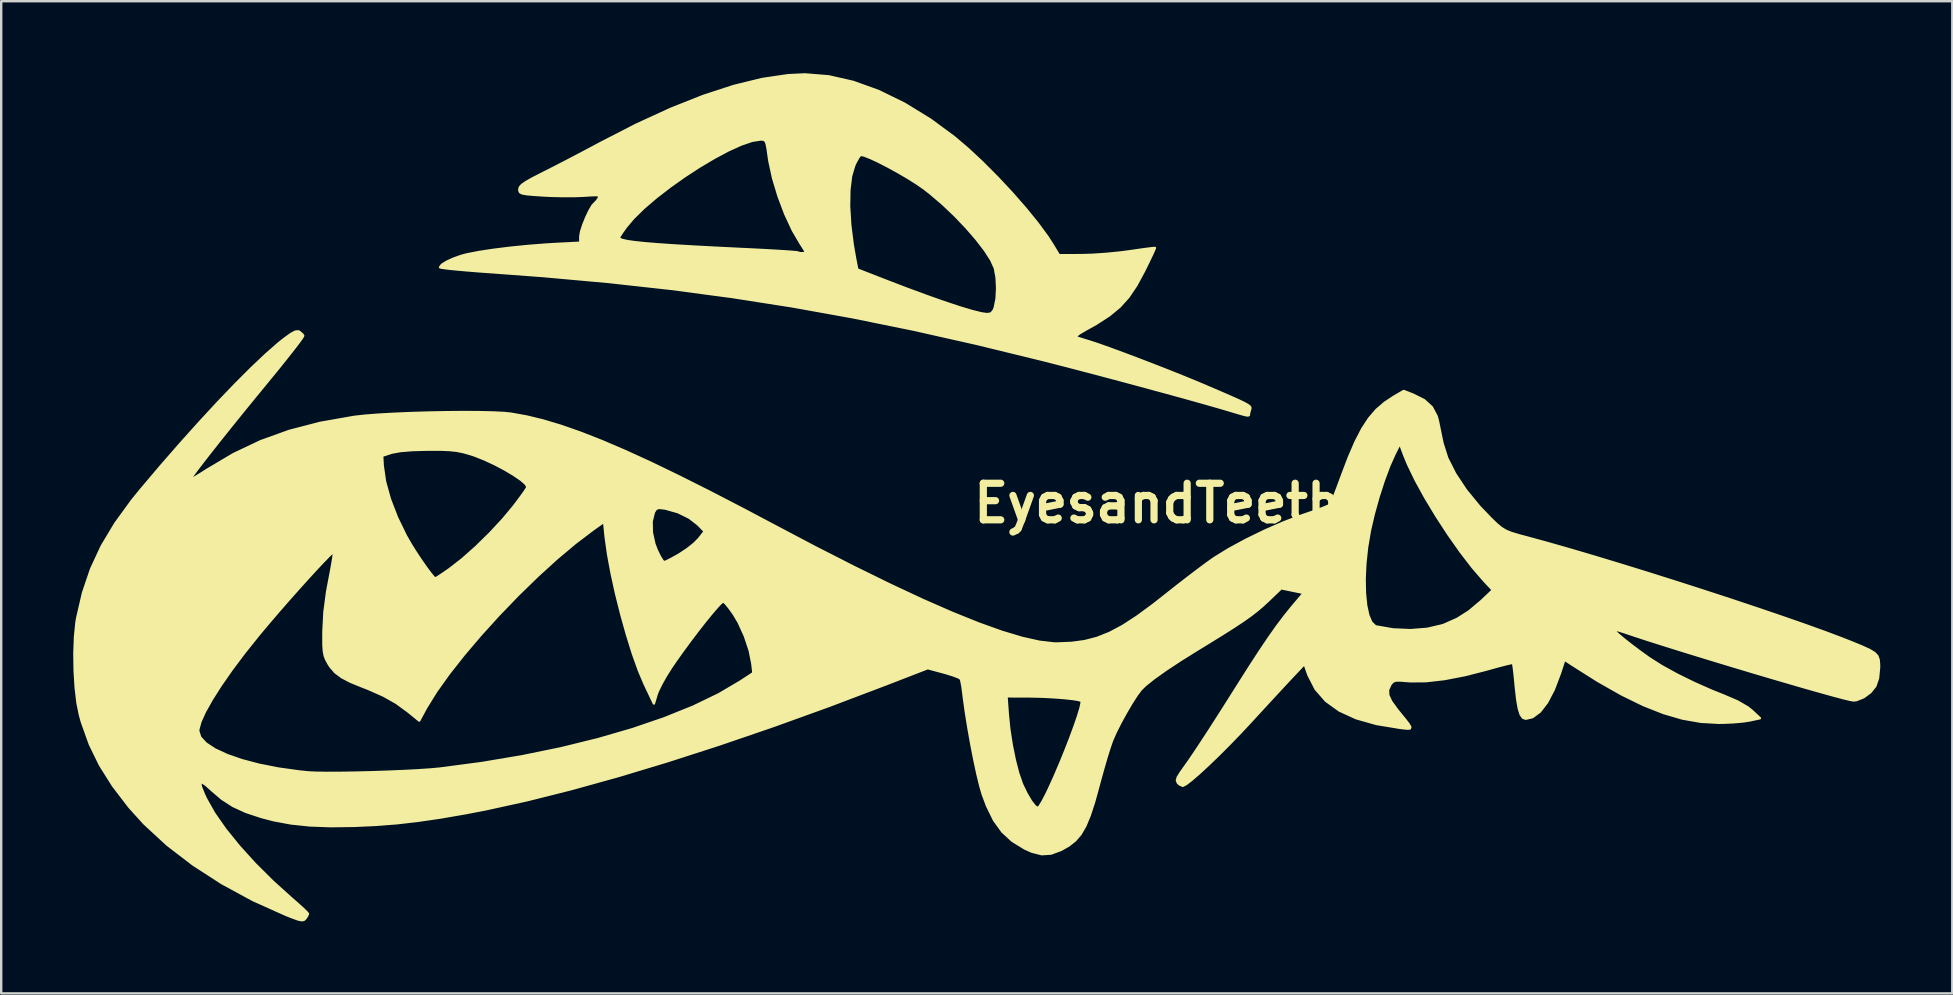
<source format=kicad_pcb>
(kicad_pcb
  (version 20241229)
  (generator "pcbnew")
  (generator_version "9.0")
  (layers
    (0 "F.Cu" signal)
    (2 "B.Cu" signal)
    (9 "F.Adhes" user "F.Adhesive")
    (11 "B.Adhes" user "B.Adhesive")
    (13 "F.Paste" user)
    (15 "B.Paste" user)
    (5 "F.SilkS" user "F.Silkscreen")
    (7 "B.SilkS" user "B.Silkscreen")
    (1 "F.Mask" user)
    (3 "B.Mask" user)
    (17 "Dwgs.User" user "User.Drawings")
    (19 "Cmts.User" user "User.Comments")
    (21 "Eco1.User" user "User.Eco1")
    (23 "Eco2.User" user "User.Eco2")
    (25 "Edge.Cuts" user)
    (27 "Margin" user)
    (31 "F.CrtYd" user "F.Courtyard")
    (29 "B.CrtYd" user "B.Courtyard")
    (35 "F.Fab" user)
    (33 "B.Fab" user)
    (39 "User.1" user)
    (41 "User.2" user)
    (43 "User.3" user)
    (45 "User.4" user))
  (footprint "EyesandTeeth"
    (layer "F.Cu")
    (at 45.169 17.915)
    (property "Reference" "EyesandTeeth" (at 0 0 0) (layer "F.SilkS") (effects (font (size 1.524 1.524) (thickness 0.3))))
    (attr through_hole)
    (fp_poly (pts (xy 3.866 -3.992) (xy 3.866 -3.946) (xy 3.859 -3.923) (xy 3.815 -3.764) (xy 3.81 -3.718) (xy 3.805 -3.675) (xy 3.771 -3.656) (xy 3.677 -3.669) (xy 3.494 -3.717) (xy 3.193 -3.806) (xy 3.006 -3.863) (xy 2.523 -4.005) (xy 1.902 -4.182) (xy 1.17 -4.387) (xy 0.354 -4.611) (xy -0.521 -4.849) (xy -1.427 -5.093) (xy -2.339 -5.336) (xy -3.23 -5.57) (xy -4.073 -5.789) (xy -4.795 -5.973) (xy -6.681 -6.434) (xy -6.681 -8.954) (xy -6.703 -9.402) (xy -6.772 -9.783) (xy -6.777 -9.8) (xy -6.927 -10.132) (xy -7.19 -10.541) (xy -7.547 -11.004) (xy -7.975 -11.497) (xy -8.452 -11.996) (xy -8.959 -12.476) (xy -9.473 -12.914) (xy -9.743 -13.123) (xy -10.054 -13.338) (xy -10.427 -13.571) (xy -10.834 -13.808) (xy -11.244 -14.033) (xy -11.631 -14.231) (xy -11.966 -14.387) (xy -12.22 -14.487) (xy -12.365 -14.514) (xy -12.378 -14.51) (xy -12.461 -14.406) (xy -12.574 -14.202) (xy -12.635 -14.072) (xy -12.766 -13.632) (xy -12.837 -13.058) (xy -12.849 -12.37) (xy -12.801 -11.592) (xy -12.694 -10.747) (xy -12.603 -10.225) (xy -12.509 -9.74) (xy -11.398 -9.306) (xy -10.477 -8.953) (xy -9.637 -8.642) (xy -8.891 -8.378) (xy -8.251 -8.166) (xy -7.729 -8.009) (xy -7.339 -7.912) (xy -7.097 -7.878) (xy -6.929 -7.908) (xy -6.824 -8.036) (xy -6.776 -8.164) (xy -6.705 -8.516) (xy -6.681 -8.954) (xy -6.681 -6.434) (xy -7.534 -6.642) (xy -10.162 -7.233) (xy -12.714 -7.752) (xy -14.647 -8.1) (xy -14.647 -10.453) (xy -14.691 -10.54) (xy -14.8 -10.715) (xy -14.863 -10.81) (xy -15.192 -11.371) (xy -15.507 -12.049) (xy -15.787 -12.791) (xy -16.014 -13.544) (xy -16.168 -14.256) (xy -16.192 -14.415) (xy -16.242 -14.768) (xy -16.285 -14.986) (xy -16.336 -15.102) (xy -16.409 -15.147) (xy -16.521 -15.155) (xy -16.535 -15.155) (xy -16.889 -15.1) (xy -17.343 -14.944) (xy -17.875 -14.703) (xy -18.461 -14.391) (xy -19.079 -14.024) (xy -19.705 -13.616) (xy -20.317 -13.182) (xy -20.891 -12.738) (xy -21.405 -12.298) (xy -21.834 -11.878) (xy -22.141 -11.513) (xy -22.3 -11.29) (xy -22.407 -11.124) (xy -22.437 -11.062) (xy -22.401 -11.012) (xy -22.286 -10.966) (xy -22.084 -10.921) (xy -21.784 -10.878) (xy -21.376 -10.835) (xy -20.85 -10.791) (xy -20.197 -10.746) (xy -19.408 -10.699) (xy -18.471 -10.649) (xy -17.378 -10.595) (xy -17.018 -10.578) (xy -16.456 -10.55) (xy -15.952 -10.522) (xy -15.531 -10.496) (xy -15.216 -10.474) (xy -15.031 -10.457) (xy -14.993 -10.449) (xy -14.894 -10.419) (xy -14.75 -10.417) (xy -14.653 -10.442) (xy -14.647 -10.453) (xy -14.647 -8.1) (xy -15.226 -8.204) (xy -17.733 -8.596) (xy -20.272 -8.933) (xy -22.878 -9.221) (xy -25.587 -9.465) (xy -27.707 -9.623) (xy -28.294 -9.665) (xy -28.821 -9.708) (xy -29.267 -9.748) (xy -29.607 -9.784) (xy -29.821 -9.813) (xy -29.887 -9.832) (xy -29.812 -9.934) (xy -29.613 -10.06) (xy -29.329 -10.191) (xy -29 -10.307) (xy -28.78 -10.366) (xy -28.292 -10.462) (xy -27.678 -10.556) (xy -26.979 -10.643) (xy -26.238 -10.718) (xy -25.498 -10.776) (xy -25.125 -10.799) (xy -24.045 -10.854) (xy -24.045 -11.121) (xy -24.01 -11.323) (xy -23.919 -11.604) (xy -23.795 -11.912) (xy -23.659 -12.197) (xy -23.533 -12.407) (xy -23.462 -12.483) (xy -23.347 -12.601) (xy -23.283 -12.701) (xy -23.251 -12.778) (xy -23.277 -12.822) (xy -23.39 -12.838) (xy -23.62 -12.83) (xy -23.899 -12.812) (xy -24.288 -12.797) (xy -24.773 -12.796) (xy -25.282 -12.808) (xy -25.593 -12.824) (xy -26.016 -12.852) (xy -26.297 -12.878) (xy -26.466 -12.909) (xy -26.552 -12.953) (xy -26.582 -13.017) (xy -26.585 -13.076) (xy -26.562 -13.165) (xy -26.478 -13.261) (xy -26.311 -13.379) (xy -26.038 -13.533) (xy -25.637 -13.739) (xy -25.548 -13.783) (xy -25.09 -14.015) (xy -24.543 -14.298) (xy -23.965 -14.601) (xy -23.415 -14.893) (xy -23.241 -14.987) (xy -21.716 -15.771) (xy -20.273 -16.433) (xy -18.914 -16.972) (xy -17.646 -17.385) (xy -16.473 -17.672) (xy -15.398 -17.831) (xy -14.689 -17.865) (xy -13.703 -17.786) (xy -12.674 -17.552) (xy -11.615 -17.17) (xy -10.538 -16.643) (xy -9.456 -15.978) (xy -8.467 -15.249) (xy -7.899 -14.767) (xy -7.293 -14.201) (xy -6.673 -13.579) (xy -6.066 -12.93) (xy -5.499 -12.283) (xy -4.997 -11.665) (xy -4.586 -11.106) (xy -4.393 -10.807) (xy -4.106 -10.334) (xy -3.175 -10.336) (xy -2.692 -10.351) (xy -2.123 -10.39) (xy -1.552 -10.447) (xy -1.185 -10.495) (xy -0.785 -10.553) (xy -0.45 -10.599) (xy -0.215 -10.628) (xy -0.111 -10.636) (xy -0.109 -10.635) (xy -0.138 -10.558) (xy -0.229 -10.358) (xy -0.369 -10.066) (xy -0.544 -9.71) (xy -0.565 -9.667) (xy -0.886 -9.074) (xy -1.21 -8.593) (xy -1.574 -8.189) (xy -2.009 -7.829) (xy -2.549 -7.479) (xy -3.005 -7.224) (xy -3.265 -7.071) (xy -3.394 -6.963) (xy -3.386 -6.912) (xy -3.238 -6.865) (xy -2.992 -6.788) (xy -2.794 -6.727) (xy -2.449 -6.613) (xy -1.98 -6.446) (xy -1.418 -6.239) (xy -0.795 -6.004) (xy -0.144 -5.754) (xy 0.504 -5.5) (xy 1.116 -5.255) (xy 1.661 -5.031) (xy 1.905 -4.928) (xy 2.516 -4.667) (xy 2.987 -4.462) (xy 3.338 -4.307) (xy 3.583 -4.191) (xy 3.742 -4.105) (xy 3.831 -4.042) (xy 3.866 -3.992)) (stroke (width 0.1) (type solid)) (fill yes) (layer "F.SilkS"))
    (fp_poly (pts (xy 30.057 6.84) (xy 30.014 7.285) (xy 29.902 7.615) (xy 29.698 7.871) (xy 29.413 8.08) (xy 29.113 8.199) (xy 28.996 8.213) (xy 28.854 8.188) (xy 28.568 8.119) (xy 28.156 8.009) (xy 27.636 7.865) (xy 27.025 7.692) (xy 26.342 7.494) (xy 25.603 7.278) (xy 24.827 7.048) (xy 24.032 6.81) (xy 23.235 6.569) (xy 22.454 6.33) (xy 21.706 6.099) (xy 21.01 5.881) (xy 20.384 5.682) (xy 19.844 5.505) (xy 19.448 5.371) (xy 19.21 5.297) (xy 19.048 5.261) (xy 19.007 5.264) (xy 19.051 5.331) (xy 19.207 5.476) (xy 19.45 5.679) (xy 19.756 5.92) (xy 20.098 6.177) (xy 20.452 6.432) (xy 20.497 6.463) (xy 21.013 6.79) (xy 21.649 7.139) (xy 22.361 7.489) (xy 23.106 7.818) (xy 23.58 8.007) (xy 24.164 8.258) (xy 24.587 8.504) (xy 24.76 8.642) (xy 25.094 8.954) (xy 24.65 9.049) (xy 24.363 9.091) (xy 23.973 9.124) (xy 23.547 9.142) (xy 23.375 9.144) (xy 22.629 9.101) (xy 21.867 8.967) (xy 21.072 8.735) (xy 20.23 8.401) (xy 19.325 7.958) (xy 18.341 7.399) (xy 17.263 6.718) (xy 17.174 6.659) (xy 16.95 6.511) (xy 16.762 7.087) (xy 16.506 7.761) (xy 16.227 8.294) (xy 15.931 8.678) (xy 15.622 8.907) (xy 15.339 8.975) (xy 15.223 8.934) (xy 15.129 8.801) (xy 15.052 8.557) (xy 14.986 8.183) (xy 14.927 7.663) (xy 14.913 7.511) (xy 14.878 7.156) (xy 14.845 6.87) (xy 14.818 6.691) (xy 14.806 6.651) (xy 14.718 6.661) (xy 14.499 6.712) (xy 14.181 6.795) (xy 13.97 6.853) (xy 13.97 3.616) (xy 13.6 3.221) (xy 13.128 2.675) (xy 12.626 2.023) (xy 12.116 1.299) (xy 11.62 0.538) (xy 11.159 -0.225) (xy 10.757 -0.956) (xy 10.436 -1.62) (xy 10.287 -1.981) (xy 10.096 -2.49) (xy 9.881 -2.066) (xy 9.658 -1.569) (xy 9.428 -0.952) (xy 9.206 -0.266) (xy 9.008 0.443) (xy 8.85 1.125) (xy 8.845 1.149) (xy 8.729 1.835) (xy 8.657 2.51) (xy 8.627 3.152) (xy 8.639 3.74) (xy 8.69 4.252) (xy 8.78 4.667) (xy 8.907 4.963) (xy 9.07 5.119) (xy 9.105 5.131) (xy 9.807 5.254) (xy 10.536 5.286) (xy 11.236 5.231) (xy 11.853 5.087) (xy 11.938 5.058) (xy 12.485 4.815) (xy 12.978 4.502) (xy 13.478 4.081) (xy 13.523 4.039) (xy 13.97 3.616) (xy 13.97 6.853) (xy 13.798 6.902) (xy 13.758 6.913) (xy 12.82 7.155) (xy 11.955 7.322) (xy 11.186 7.41) (xy 10.536 7.415) (xy 10.441 7.408) (xy 10.124 7.383) (xy 9.931 7.385) (xy 9.815 7.424) (xy 9.732 7.511) (xy 9.691 7.57) (xy 9.6 7.779) (xy 9.612 7.999) (xy 9.735 8.262) (xy 9.979 8.599) (xy 10.011 8.639) (xy 10.284 8.973) (xy 10.456 9.194) (xy 10.53 9.323) (xy 10.51 9.381) (xy 10.397 9.388) (xy 10.196 9.366) (xy 10.112 9.356) (xy 9.121 9.193) (xy 8.278 8.954) (xy 7.578 8.634) (xy 7.017 8.231) (xy 6.59 7.743) (xy 6.293 7.167) (xy 6.272 7.11) (xy 6.124 6.688) (xy 5.623 7.219) (xy 5.409 7.447) (xy 5.109 7.771) (xy 4.747 8.162) (xy 4.351 8.591) (xy 3.949 9.029) (xy 3.895 9.088) (xy 3.44 9.575) (xy 2.98 10.05) (xy 2.532 10.498) (xy 2.112 10.902) (xy 1.738 11.247) (xy 1.426 11.517) (xy 1.194 11.696) (xy 1.057 11.768) (xy 1.049 11.769) (xy 0.918 11.71) (xy 0.848 11.644) (xy 0.807 11.546) (xy 0.844 11.413) (xy 0.975 11.205) (xy 1.04 11.115) (xy 1.338 10.693) (xy 1.713 10.137) (xy 2.167 9.442) (xy 2.703 8.606) (xy 3.299 7.662) (xy 3.81 6.855) (xy 4.252 6.176) (xy 4.638 5.602) (xy 4.982 5.115) (xy 5.3 4.694) (xy 5.604 4.318) (xy 5.645 4.27) (xy 6.096 3.737) (xy 5.624 3.639) (xy 5.152 3.541) (xy 4.629 4.041) (xy 4.395 4.258) (xy 4.157 4.461) (xy 3.894 4.665) (xy 3.583 4.886) (xy 3.203 5.138) (xy 2.734 5.436) (xy 2.152 5.796) (xy 1.752 6.041) (xy 0.988 6.516) (xy 0.351 6.936) (xy -0.153 7.295) (xy -0.517 7.587) (xy -0.691 7.758) (xy -0.863 7.987) (xy -1.08 8.325) (xy -1.316 8.728) (xy -1.548 9.15) (xy -1.748 9.548) (xy -1.892 9.876) (xy -1.898 9.89) (xy -1.997 10.178) (xy -2.124 10.584) (xy -2.263 11.061) (xy -2.402 11.562) (xy -2.45 11.744) (xy -2.644 12.447) (xy -2.826 13.006) (xy -3.009 13.444) (xy -3.161 13.705) (xy -3.161 8.315) (xy -3.167 8.235) (xy -3.286 8.193) (xy -3.541 8.152) (xy -3.897 8.114) (xy -4.32 8.082) (xy -4.776 8.058) (xy -5.231 8.047) (xy -5.326 8.046) (xy -6.291 8.043) (xy -6.236 8.81) (xy -6.173 9.427) (xy -6.073 10.07) (xy -5.947 10.691) (xy -5.804 11.244) (xy -5.653 11.682) (xy -5.631 11.733) (xy -5.448 12.109) (xy -5.267 12.415) (xy -5.106 12.621) (xy -4.987 12.7) (xy -4.984 12.7) (xy -4.915 12.628) (xy -4.796 12.433) (xy -4.646 12.148) (xy -4.523 11.895) (xy -4.291 11.383) (xy -4.06 10.843) (xy -3.837 10.297) (xy -3.632 9.77) (xy -3.453 9.285) (xy -3.309 8.865) (xy -3.209 8.534) (xy -3.161 8.315) (xy -3.161 13.705) (xy -3.206 13.783) (xy -3.431 14.046) (xy -3.697 14.256) (xy -4.017 14.437) (xy -4.027 14.442) (xy -4.438 14.593) (xy -4.826 14.617) (xy -5.24 14.511) (xy -5.532 14.379) (xy -6.044 14.065) (xy -6.462 13.682) (xy -6.809 13.201) (xy -7.105 12.597) (xy -7.284 12.114) (xy -7.389 11.749) (xy -7.509 11.252) (xy -7.635 10.663) (xy -7.761 10.017) (xy -7.879 9.352) (xy -7.983 8.705) (xy -8.065 8.113) (xy -8.09 7.906) (xy -8.129 7.618) (xy -8.171 7.398) (xy -8.201 7.305) (xy -8.303 7.247) (xy -8.527 7.163) (xy -8.828 7.07) (xy -8.914 7.047) (xy -9.573 6.869) (xy -11.293 7.535) (xy -13.68 8.44) (xy -16.002 9.278) (xy -16.834 9.563) (xy -16.834 7.07) (xy -16.877 6.689) (xy -16.988 6.134) (xy -17.188 5.533) (xy -17.447 4.963) (xy -17.65 4.62) (xy -17.831 4.367) (xy -17.986 4.177) (xy -18.083 4.088) (xy -18.086 4.086) (xy -18.17 4.14) (xy -18.335 4.311) (xy -18.564 4.577) (xy -18.841 4.917) (xy -18.862 4.943) (xy -18.862 1.171) (xy -19.136 0.887) (xy -19.505 0.601) (xy -19.978 0.369) (xy -20.494 0.223) (xy -20.537 0.216) (xy -20.763 0.191) (xy -20.886 0.228) (xy -20.968 0.351) (xy -20.982 0.38) (xy -21.075 0.757) (xy -21.066 1.213) (xy -20.959 1.697) (xy -20.859 1.958) (xy -20.733 2.214) (xy -20.622 2.393) (xy -20.556 2.455) (xy -20.45 2.415) (xy -20.24 2.308) (xy -19.968 2.156) (xy -19.911 2.122) (xy -19.597 1.914) (xy -19.308 1.686) (xy -19.108 1.485) (xy -19.104 1.48) (xy -18.862 1.171) (xy -18.862 4.943) (xy -19.149 5.31) (xy -19.471 5.734) (xy -19.79 6.168) (xy -20.09 6.591) (xy -20.259 6.839) (xy -20.482 7.193) (xy -20.678 7.542) (xy -20.819 7.835) (xy -20.864 7.955) (xy -20.98 8.34) (xy -21.363 7.535) (xy -21.602 6.972) (xy -21.85 6.278) (xy -22.097 5.489) (xy -22.334 4.643) (xy -22.552 3.777) (xy -22.739 2.927) (xy -22.887 2.13) (xy -22.986 1.424) (xy -22.996 1.335) (xy -23.052 0.765) (xy -23.513 1.092) (xy -24.251 1.651) (xy -25.033 2.308) (xy -25.838 3.041) (xy -26.247 3.439) (xy -26.247 -0.679) (xy -26.32 -0.807) (xy -26.522 -0.982) (xy -26.823 -1.188) (xy -27.195 -1.409) (xy -27.608 -1.627) (xy -28.035 -1.826) (xy -28.446 -1.989) (xy -28.617 -2.046) (xy -28.915 -2.131) (xy -29.193 -2.187) (xy -29.499 -2.219) (xy -29.879 -2.234) (xy -30.38 -2.234) (xy -30.395 -2.234) (xy -31.038 -2.217) (xy -31.537 -2.176) (xy -31.881 -2.113) (xy -31.919 -2.102) (xy -32.3 -1.979) (xy -32.276 -1.561) (xy -32.182 -0.911) (xy -31.981 -0.183) (xy -31.686 0.584) (xy -31.313 1.351) (xy -31.102 1.72) (xy -30.901 2.04) (xy -30.684 2.368) (xy -30.471 2.672) (xy -30.286 2.921) (xy -30.15 3.084) (xy -30.09 3.133) (xy -30.005 3.087) (xy -29.818 2.965) (xy -29.564 2.791) (xy -29.479 2.731) (xy -28.957 2.324) (xy -28.385 1.816) (xy -27.808 1.25) (xy -27.267 0.668) (xy -26.827 0.14) (xy -26.595 -0.166) (xy -26.406 -0.425) (xy -26.284 -0.607) (xy -26.247 -0.679) (xy -26.247 3.439) (xy -26.647 3.829) (xy -27.439 4.65) (xy -28.196 5.484) (xy -28.897 6.309) (xy -29.523 7.103) (xy -30.053 7.846) (xy -30.467 8.515) (xy -30.519 8.61) (xy -30.756 9.051) (xy -31.227 8.667) (xy -31.711 8.314) (xy -32.246 8.011) (xy -32.885 7.729) (xy -33.102 7.645) (xy -33.608 7.439) (xy -33.981 7.245) (xy -34.252 7.043) (xy -34.454 6.81) (xy -34.531 6.69) (xy -34.629 6.512) (xy -34.692 6.348) (xy -34.729 6.157) (xy -34.745 5.897) (xy -34.746 5.526) (xy -34.745 5.334) (xy -34.703 4.526) (xy -34.592 3.686) (xy -34.507 3.231) (xy -34.426 2.811) (xy -34.362 2.45) (xy -34.32 2.18) (xy -34.306 2.034) (xy -34.308 2.02) (xy -34.369 2.056) (xy -34.525 2.202) (xy -34.761 2.444) (xy -35.06 2.763) (xy -35.408 3.143) (xy -35.79 3.567) (xy -36.189 4.017) (xy -36.591 4.477) (xy -36.98 4.93) (xy -37.341 5.359) (xy -37.456 5.498) (xy -38.04 6.228) (xy -38.563 6.925) (xy -39.017 7.576) (xy -39.392 8.165) (xy -39.681 8.678) (xy -39.872 9.101) (xy -39.959 9.42) (xy -39.963 9.485) (xy -39.88 9.747) (xy -39.643 10.005) (xy -39.265 10.254) (xy -38.761 10.488) (xy -38.145 10.702) (xy -37.431 10.891) (xy -36.633 11.049) (xy -35.767 11.17) (xy -35.391 11.209) (xy -35.075 11.225) (xy -34.622 11.232) (xy -34.064 11.23) (xy -33.432 11.221) (xy -32.759 11.205) (xy -32.077 11.182) (xy -31.417 11.155) (xy -30.812 11.124) (xy -30.293 11.089) (xy -29.892 11.052) (xy -29.887 11.052) (xy -28.152 10.822) (xy -26.468 10.539) (xy -24.851 10.207) (xy -23.315 9.829) (xy -21.874 9.411) (xy -20.544 8.956) (xy -19.338 8.47) (xy -18.271 7.954) (xy -17.371 7.423) (xy -16.834 7.07) (xy -16.834 9.563) (xy -18.248 10.047) (xy -20.408 10.744) (xy -22.471 11.366) (xy -24.428 11.909) (xy -26.267 12.371) (xy -27.978 12.747) (xy -28.787 12.903) (xy -29.847 13.087) (xy -30.795 13.226) (xy -31.681 13.328) (xy -32.556 13.396) (xy -33.454 13.437) (xy -34.451 13.45) (xy -35.32 13.418) (xy -36.097 13.336) (xy -36.818 13.202) (xy -37.321 13.071) (xy -37.977 12.854) (xy -38.512 12.609) (xy -38.974 12.311) (xy -39.387 11.958) (xy -39.649 11.723) (xy -39.813 11.62) (xy -39.879 11.65) (xy -39.85 11.815) (xy -39.727 12.12) (xy -39.634 12.319) (xy -39.295 12.92) (xy -38.829 13.586) (xy -38.255 14.295) (xy -37.593 15.025) (xy -36.86 15.754) (xy -36.105 16.435) (xy -35.818 16.686) (xy -35.586 16.897) (xy -35.436 17.044) (xy -35.391 17.102) (xy -35.436 17.205) (xy -35.496 17.293) (xy -35.56 17.353) (xy -35.653 17.369) (xy -35.808 17.335) (xy -36.059 17.244) (xy -36.322 17.139) (xy -37.683 16.527) (xy -38.973 15.827) (xy -40.171 15.053) (xy -41.258 14.219) (xy -42.211 13.339) (xy -42.835 12.649) (xy -43.513 11.763) (xy -44.054 10.903) (xy -44.478 10.033) (xy -44.806 9.113) (xy -44.887 8.826) (xy -44.992 8.308) (xy -45.066 7.673) (xy -45.109 6.971) (xy -45.119 6.252) (xy -45.094 5.567) (xy -45.034 4.964) (xy -45.004 4.784) (xy -44.758 3.724) (xy -44.422 2.735) (xy -43.981 1.786) (xy -43.42 0.848) (xy -42.724 -0.11) (xy -42.367 -0.55) (xy -41.538 -1.53) (xy -40.715 -2.474) (xy -39.911 -3.37) (xy -39.139 -4.205) (xy -38.411 -4.964) (xy -37.739 -5.636) (xy -37.137 -6.205) (xy -36.618 -6.66) (xy -36.376 -6.853) (xy -36.098 -7.053) (xy -35.913 -7.151) (xy -35.79 -7.162) (xy -35.748 -7.143) (xy -35.621 -7.033) (xy -35.588 -6.979) (xy -35.633 -6.896) (xy -35.774 -6.7) (xy -35.997 -6.409) (xy -36.29 -6.038) (xy -36.637 -5.605) (xy -37.028 -5.127) (xy -37.136 -4.995) (xy -37.639 -4.383) (xy -38.131 -3.779) (xy -38.6 -3.198) (xy -39.035 -2.654) (xy -39.424 -2.162) (xy -39.756 -1.736) (xy -40.019 -1.392) (xy -40.202 -1.143) (xy -40.293 -1.004) (xy -40.301 -0.983) (xy -40.236 -1.005) (xy -40.059 -1.104) (xy -39.802 -1.262) (xy -39.603 -1.39) (xy -38.495 -2.047) (xy -37.361 -2.585) (xy -36.17 -3.014) (xy -34.89 -3.347) (xy -33.49 -3.594) (xy -33.443 -3.601) (xy -33.01 -3.649) (xy -32.455 -3.692) (xy -31.81 -3.728) (xy -31.102 -3.758) (xy -30.362 -3.78) (xy -29.619 -3.794) (xy -28.903 -3.8) (xy -28.242 -3.796) (xy -27.667 -3.783) (xy -27.207 -3.76) (xy -26.93 -3.731) (xy -26.286 -3.616) (xy -25.596 -3.448) (xy -24.85 -3.225) (xy -24.038 -2.941) (xy -23.152 -2.594) (xy -22.18 -2.178) (xy -21.113 -1.69) (xy -19.942 -1.124) (xy -18.656 -0.479) (xy -17.245 0.252) (xy -16.044 0.888) (xy -14.281 1.818) (xy -12.653 2.648) (xy -11.159 3.381) (xy -9.798 4.018) (xy -8.567 4.558) (xy -7.466 5.002) (xy -6.492 5.352) (xy -5.644 5.607) (xy -4.921 5.769) (xy -4.32 5.838) (xy -4.183 5.841) (xy -3.586 5.817) (xy -3.039 5.744) (xy -2.517 5.608) (xy -1.995 5.4) (xy -1.449 5.109) (xy -0.853 4.722) (xy -0.183 4.229) (xy 0.31 3.842) (xy 0.779 3.471) (xy 1.248 3.107) (xy 1.686 2.774) (xy 2.061 2.495) (xy 2.341 2.296) (xy 2.371 2.276) (xy 2.976 1.904) (xy 3.693 1.516) (xy 4.469 1.138) (xy 5.25 0.797) (xy 5.983 0.516) (xy 6.138 0.463) (xy 6.529 0.329) (xy 6.86 0.206) (xy 7.099 0.107) (xy 7.213 0.046) (xy 7.216 0.042) (xy 7.267 -0.065) (xy 7.361 -0.3) (xy 7.488 -0.629) (xy 7.632 -1.02) (xy 7.662 -1.101) (xy 7.967 -1.905) (xy 8.252 -2.565) (xy 8.529 -3.101) (xy 8.813 -3.535) (xy 9.117 -3.889) (xy 9.457 -4.183) (xy 9.844 -4.439) (xy 9.846 -4.44) (xy 10.252 -4.677) (xy 10.638 -4.529) (xy 11.106 -4.296) (xy 11.429 -4.001) (xy 11.629 -3.62) (xy 11.686 -3.404) (xy 11.76 -3.039) (xy 11.838 -2.66) (xy 11.872 -2.498) (xy 12.066 -1.887) (xy 12.398 -1.227) (xy 12.854 -0.541) (xy 13.419 0.148) (xy 13.9 0.649) (xy 14.133 0.872) (xy 14.322 1.029) (xy 14.508 1.143) (xy 14.735 1.236) (xy 15.046 1.33) (xy 15.409 1.427) (xy 16.24 1.654) (xy 17.179 1.922) (xy 18.206 2.225) (xy 19.299 2.556) (xy 20.437 2.908) (xy 21.597 3.274) (xy 22.758 3.647) (xy 23.899 4.02) (xy 24.997 4.386) (xy 26.033 4.739) (xy 26.983 5.07) (xy 27.826 5.374) (xy 28.541 5.643) (xy 28.905 5.787) (xy 29.352 5.971) (xy 29.665 6.114) (xy 29.868 6.238) (xy 29.985 6.365) (xy 30.04 6.516) (xy 30.056 6.714) (xy 30.057 6.84)) (stroke (width 0.1) (type solid)) (fill yes) (layer "F.SilkS")))
  (gr_rect
    (start -3 -3)
    (end 78.276 38.333)
    (stroke (width 0.1) (type default))
    (fill no)
    (layer "Edge.Cuts")))
</source>
